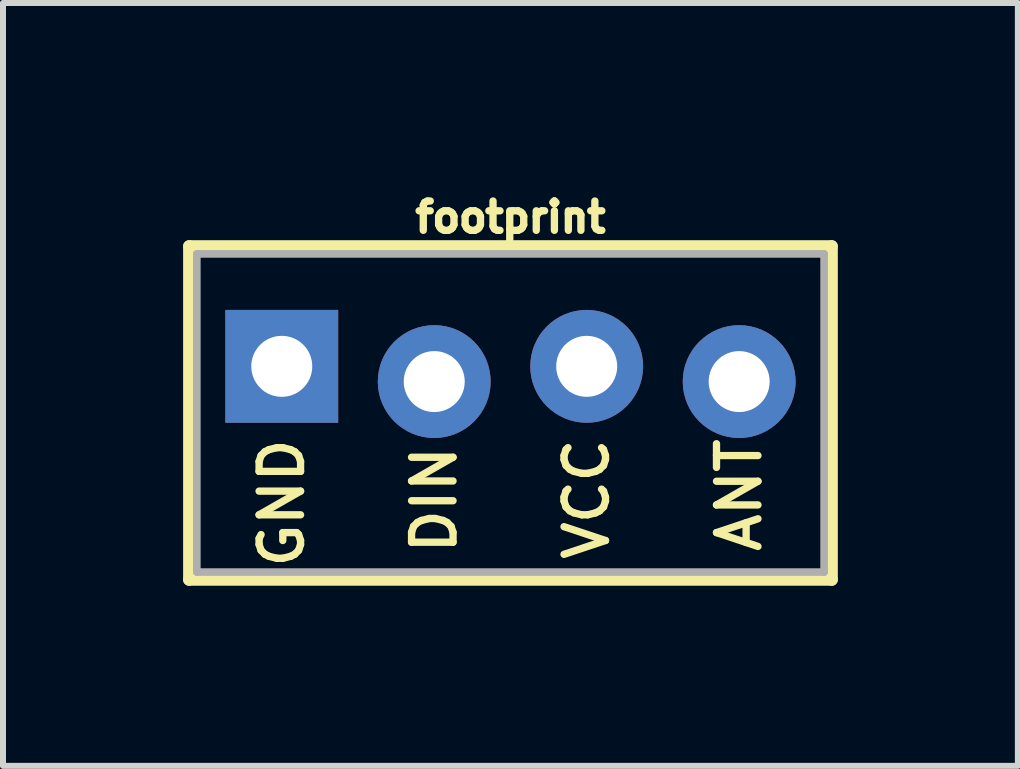
<source format=kicad_pcb>
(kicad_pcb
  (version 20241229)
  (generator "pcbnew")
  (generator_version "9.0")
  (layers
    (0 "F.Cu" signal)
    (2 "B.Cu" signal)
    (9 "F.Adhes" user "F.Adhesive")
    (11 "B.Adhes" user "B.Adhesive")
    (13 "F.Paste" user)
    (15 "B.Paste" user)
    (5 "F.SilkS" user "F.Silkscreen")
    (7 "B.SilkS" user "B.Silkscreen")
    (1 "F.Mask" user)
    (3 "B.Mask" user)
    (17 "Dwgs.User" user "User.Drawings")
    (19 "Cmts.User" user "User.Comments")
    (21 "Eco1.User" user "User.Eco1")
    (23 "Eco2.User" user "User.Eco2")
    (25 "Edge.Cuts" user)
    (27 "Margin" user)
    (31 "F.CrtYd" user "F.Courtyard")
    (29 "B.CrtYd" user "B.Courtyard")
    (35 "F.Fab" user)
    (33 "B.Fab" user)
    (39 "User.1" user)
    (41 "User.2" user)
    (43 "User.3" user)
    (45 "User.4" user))
  (footprint "footprint"
    (layer "F.Cu")
    (at 5.454 3.18)
    (property "Reference" "footprint" (at 0 -2.327 0) (layer "F.SilkS") (effects (font (size 0.488 0.488) (thickness 0.122)) (justify bottom)))
    (fp_line (start -5.352 -2.127) (end -5.352 3.427) (stroke (width 0.203) (type solid)) (layer "F.SilkS"))
    (fp_line (start -5.352 3.427) (end 5.352 3.427) (stroke (width 0.203) (type solid)) (layer "F.SilkS"))
    (fp_line (start 5.352 -2.127) (end -5.352 -2.127) (stroke (width 0.203) (type solid)) (layer "F.SilkS"))
    (fp_line (start 5.352 3.427) (end 5.352 -2.127) (stroke (width 0.203) (type solid)) (layer "F.SilkS"))
    (fp_line (start -5.225 -2) (end -5.225 3.3) (stroke (width 0.127) (type solid)) (layer "F.Fab"))
    (fp_line (start -5.225 3.3) (end 5.225 3.3) (stroke (width 0.127) (type solid)) (layer "F.Fab"))
    (fp_line (start 5.225 -2) (end -5.225 -2) (stroke (width 0.127) (type solid)) (layer "F.Fab"))
    (fp_line (start 5.225 3.3) (end 5.225 -2) (stroke (width 0.127) (type solid)) (layer "F.Fab"))
    (fp_poly (pts (xy -4.064 0.254) (xy -3.556 0.254) (xy -3.556 -0.254) (xy -4.064 -0.254)) (stroke (width 0.1) (type solid)) (fill no) (layer "F.Fab"))
    (fp_poly (pts (xy -1.524 0.254) (xy -1.016 0.254) (xy -1.016 -0.254) (xy -1.524 -0.254)) (stroke (width 0.1) (type solid)) (fill no) (layer "F.Fab"))
    (fp_poly (pts (xy 1.016 0.254) (xy 1.524 0.254) (xy 1.524 -0.254) (xy 1.016 -0.254)) (stroke (width 0.1) (type solid)) (fill no) (layer "F.Fab"))
    (fp_poly (pts (xy 3.556 0.254) (xy 4.064 0.254) (xy 4.064 -0.254) (xy 3.556 -0.254)) (stroke (width 0.1) (type solid)) (fill no) (layer "F.Fab"))
    (fp_text user "ANT" (at 3.81 1.016 90) (layer "F.SilkS") (effects (font (size 0.691 0.691) (thickness 0.122)) (justify right)))
    (fp_text user "DIN" (at -1.27 1.143 90) (layer "F.SilkS") (effects (font (size 0.691 0.691) (thickness 0.122)) (justify right)))
    (fp_text user "VCC" (at 1.27 1.016 90) (layer "F.SilkS") (effects (font (size 0.691 0.691) (thickness 0.122)) (justify right)))
    (fp_text user "GND" (at -3.81 1.016 90) (layer "F.SilkS") (effects (font (size 0.691 0.691) (thickness 0.122)) (justify right)))
    (pad "ANT" thru_hole circle (at 3.81 0.127 90) (size 1.88 1.88) (drill 1.016) (layers "*.Cu" "*.Mask"))
    (pad "DATA" thru_hole circle (at -1.27 0.127 90) (size 1.88 1.88) (drill 1.016) (layers "*.Cu" "*.Mask"))
    (pad "GND" thru_hole rect (at -3.81 -0.127 90) (size 1.88 1.88) (drill 1.016) (layers "*.Cu" "*.Mask"))
    (pad "VCC" thru_hole circle (at 1.27 -0.127 90) (size 1.88 1.88) (drill 1.016) (layers "*.Cu" "*.Mask")))
  (gr_rect
    (start -3 -3)
    (end 13.907 9.709)
    (stroke (width 0.1) (type default))
    (fill no)
    (layer "Edge.Cuts")))
</source>
